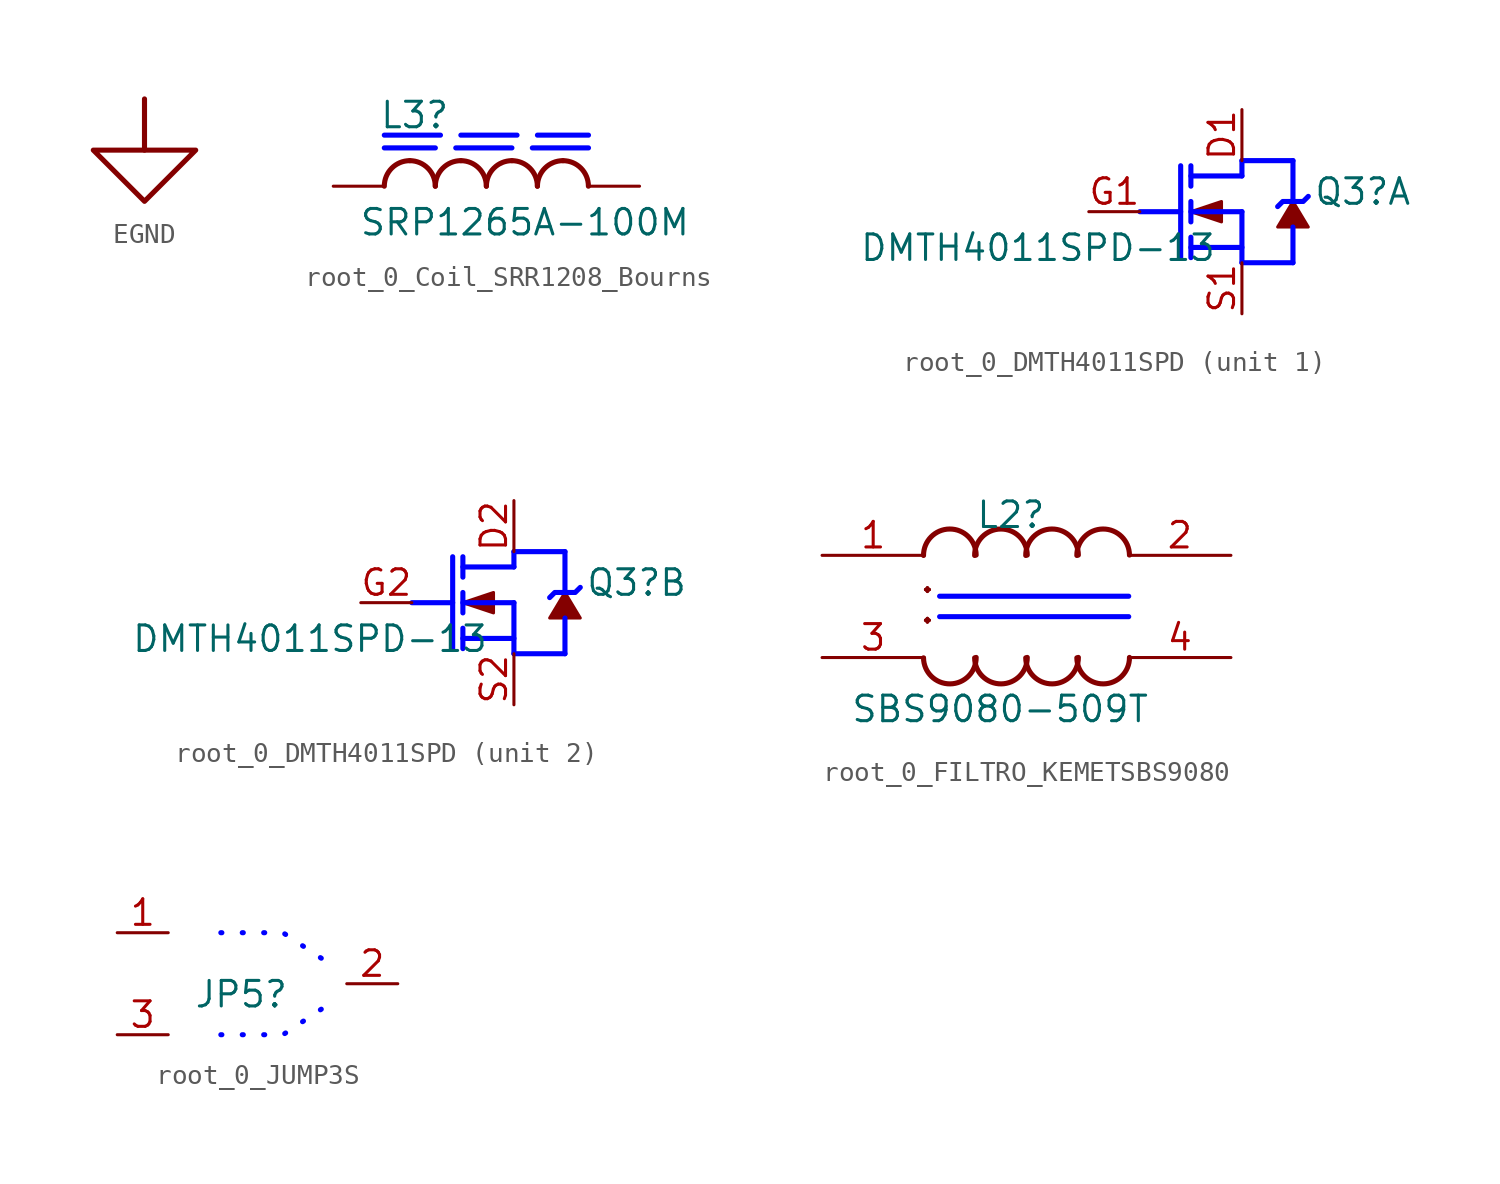
<source format=kicad_sym>
(kicad_symbol_lib
  (version 20220914)
  (generator kicad_symbol_editor)
  (symbol "EGND"
    (power)
    (property "Reference" "#PWR020"
      (at 0 0 0)
      (effects (font (size 1.27 1.27)) hide))
    (symbol "EGND_0_0"
      (polyline (pts (xy 0 0) (xy 0 -2.54)) (stroke (width 0.254) (type solid)) (fill (type none)))
      (polyline (pts (xy -2.54 -2.54) (xy 2.54 -2.54) (xy 0 -5.08) (xy -2.54 -2.54)) (stroke (width 0.254) (type solid)) (fill (type none)))
      (pin power_in line (at 0 0 0) (length 0) hide (name "EGND" (effects (font (size 1.27 1.27)))) (number "" (effects (font (size 1.27 1.27)))))))
  (symbol "root_0_Coil_SRR1208_Bourns"
    (property "Reference" "L3"
      (at -0.254 0.254 0)
      (effects (font (size 1.27 1.27)) (justify left bottom)))
    (property "Value" "SRP1265A-100M"
      (at -1.27 -5.08 0)
      (effects (font (size 1.27 1.27)) (justify left bottom)))
    (symbol "root_0_Coil_SRR1208_Bourns_1_0"
      (polyline (pts (xy 0 0) (xy 10.16 0)) (stroke (width 0.254) (type dash) (color 0 0 255 1)) (fill (type none)))
      (polyline (pts (xy 10.16 -0.635) (xy 0 -0.635)) (stroke (width 0.254) (type dash) (color 0 0 255 1)) (fill (type none)))
      (arc (start 1.27 -1.27) (mid 0.372 -1.642) (end 0 -2.54) (stroke (width 0.254) (type solid)) (fill (type none)))
      (arc (start 2.54 -2.54) (mid 2.168 -1.642) (end 1.27 -1.27) (stroke (width 0.254) (type solid)) (fill (type none)))
      (arc (start 3.81 -1.27) (mid 2.912 -1.642) (end 2.54 -2.54) (stroke (width 0.254) (type solid)) (fill (type none)))
      (arc (start 5.08 -2.54) (mid 4.708 -1.642) (end 3.81 -1.27) (stroke (width 0.254) (type solid)) (fill (type none)))
      (arc (start 6.35 -1.27) (mid 5.452 -1.642) (end 5.08 -2.54) (stroke (width 0.254) (type solid)) (fill (type none)))
      (arc (start 7.62 -2.54) (mid 7.248 -1.642) (end 6.35 -1.27) (stroke (width 0.254) (type solid)) (fill (type none)))
      (arc (start 8.89 -1.27) (mid 7.992 -1.642) (end 7.62 -2.54) (stroke (width 0.254) (type solid)) (fill (type none)))
      (arc (start 10.16 -2.54) (mid 9.788 -1.642) (end 8.89 -1.27) (stroke (width 0.254) (type solid)) (fill (type none)))
      (pin passive line (at -2.54 -2.54 0) (length 2.54) (name "1" (effects (font (size 0 0)))) (number "1" (effects (font (size 0 0)))))
      (pin passive line (at 12.7 -2.54 180) (length 2.54) (name "2" (effects (font (size 0 0)))) (number "2" (effects (font (size 0 0)))))))
  (symbol "root_0_DMTH4011SPD"
    (property "Reference" "Q3"
      (at 8.636 -2.286 0)
      (effects (font (size 1.27 1.27)) (justify left bottom)))
    (property "Value" "DMTH4011SPD-13"
      (at -13.97 -5.08 0)
      (effects (font (size 1.27 1.27)) (justify left bottom)))
    (symbol "root_0_DMTH4011SPD_1_0"
      (polyline (pts (xy 0 -2.54) (xy 2.032 -2.54)) (stroke (width 0.254) (type solid) (color 0 0 255 1)) (fill (type none)))
      (polyline (pts (xy 2.032 -0.254) (xy 2.032 -4.826)) (stroke (width 0.254) (type solid) (color 0 0 255 1)) (fill (type none)))
      (polyline (pts (xy 2.54 -4.826) (xy 2.54 -3.81)) (stroke (width 0.254) (type solid) (color 0 0 255 1)) (fill (type none)))
      (polyline (pts (xy 2.54 -3.048) (xy 2.54 -2.032)) (stroke (width 0.254) (type solid) (color 0 0 255 1)) (fill (type none)))
      (polyline (pts (xy 2.54 -0.254) (xy 2.54 -1.27)) (stroke (width 0.254) (type solid) (color 0 0 255 1)) (fill (type none)))
      (polyline (pts (xy 5.08 -5.08) (xy 7.62 -5.08)) (stroke (width 0.254) (type solid) (color 0 0 255 1)) (fill (type none)))
      (polyline (pts (xy 5.08 -4.318) (xy 2.54 -4.318)) (stroke (width 0.254) (type solid) (color 0 0 255 1)) (fill (type none)))
      (polyline (pts (xy 5.08 -2.54) (xy 2.54 -2.54)) (stroke (width 0.254) (type solid) (color 0 0 255 1)) (fill (type none)))
      (polyline (pts (xy 5.08 -2.54) (xy 5.08 -5.08)) (stroke (width 0.254) (type solid) (color 0 0 255 1)) (fill (type none)))
      (polyline (pts (xy 5.08 -0.762) (xy 2.54 -0.762)) (stroke (width 0.254) (type solid) (color 0 0 255 1)) (fill (type none)))
      (polyline (pts (xy 5.08 -0.762) (xy 5.08 0)) (stroke (width 0.254) (type solid) (color 0 0 255 1)) (fill (type none)))
      (polyline (pts (xy 5.08 0) (xy 7.62 0)) (stroke (width 0.254) (type solid) (color 0 0 255 1)) (fill (type none)))
      (polyline (pts (xy 7.62 -5.08) (xy 7.62 -3.302)) (stroke (width 0.254) (type solid) (color 0 0 255 1)) (fill (type none)))
      (polyline (pts (xy 7.62 0) (xy 7.62 -2.032)) (stroke (width 0.254) (type solid) (color 0 0 255 1)) (fill (type none)))
      (polyline (pts (xy 2.54 -2.54) (xy 4.064 -3.048) (xy 4.064 -2.032) (xy 2.54 -2.54)) (stroke (width 0) (type solid)) (fill (type outline)))
      (polyline (pts (xy 7.62 -2.032) (xy 6.858 -3.302) (xy 8.382 -3.302) (xy 7.62 -2.032)) (stroke (width 0) (type solid)) (fill (type outline)))
      (polyline (pts (xy 8.382 -1.778) (xy 8.128 -2.032) (xy 7.112 -2.032) (xy 6.858 -2.286)) (stroke (width 0.254) (type solid) (color 0 0 255 1)) (fill (type none)))
      (pin passive line (at 5.08 2.54 270) (length 2.54) (name "D1" (effects (font (size 0 0)))) (number "D1" (effects (font (size 1.27 1.27)))))
      (pin passive line (at -2.54 -2.54 0) (length 2.54) (name "G1" (effects (font (size 0 0)))) (number "G1" (effects (font (size 1.27 1.27)))))
      (pin passive line (at 5.08 -7.62 90) (length 2.54) (name "S1" (effects (font (size 0 0)))) (number "S1" (effects (font (size 1.27 1.27))))))
    (symbol "root_0_DMTH4011SPD_2_0"
      (polyline (pts (xy 0 -2.54) (xy 2.032 -2.54)) (stroke (width 0.254) (type solid) (color 0 0 255 1)) (fill (type none)))
      (polyline (pts (xy 2.032 -0.254) (xy 2.032 -4.826)) (stroke (width 0.254) (type solid) (color 0 0 255 1)) (fill (type none)))
      (polyline (pts (xy 2.54 -4.826) (xy 2.54 -3.81)) (stroke (width 0.254) (type solid) (color 0 0 255 1)) (fill (type none)))
      (polyline (pts (xy 2.54 -3.048) (xy 2.54 -2.032)) (stroke (width 0.254) (type solid) (color 0 0 255 1)) (fill (type none)))
      (polyline (pts (xy 2.54 -0.254) (xy 2.54 -1.27)) (stroke (width 0.254) (type solid) (color 0 0 255 1)) (fill (type none)))
      (polyline (pts (xy 5.08 -5.08) (xy 7.62 -5.08)) (stroke (width 0.254) (type solid) (color 0 0 255 1)) (fill (type none)))
      (polyline (pts (xy 5.08 -4.318) (xy 2.54 -4.318)) (stroke (width 0.254) (type solid) (color 0 0 255 1)) (fill (type none)))
      (polyline (pts (xy 5.08 -2.54) (xy 2.54 -2.54)) (stroke (width 0.254) (type solid) (color 0 0 255 1)) (fill (type none)))
      (polyline (pts (xy 5.08 -2.54) (xy 5.08 -5.08)) (stroke (width 0.254) (type solid) (color 0 0 255 1)) (fill (type none)))
      (polyline (pts (xy 5.08 -0.762) (xy 2.54 -0.762)) (stroke (width 0.254) (type solid) (color 0 0 255 1)) (fill (type none)))
      (polyline (pts (xy 5.08 -0.762) (xy 5.08 0)) (stroke (width 0.254) (type solid) (color 0 0 255 1)) (fill (type none)))
      (polyline (pts (xy 5.08 0) (xy 7.62 0)) (stroke (width 0.254) (type solid) (color 0 0 255 1)) (fill (type none)))
      (polyline (pts (xy 7.62 -5.08) (xy 7.62 -3.302)) (stroke (width 0.254) (type solid) (color 0 0 255 1)) (fill (type none)))
      (polyline (pts (xy 7.62 0) (xy 7.62 -2.032)) (stroke (width 0.254) (type solid) (color 0 0 255 1)) (fill (type none)))
      (polyline (pts (xy 2.54 -2.54) (xy 4.064 -3.048) (xy 4.064 -2.032) (xy 2.54 -2.54)) (stroke (width 0) (type solid)) (fill (type outline)))
      (polyline (pts (xy 7.62 -2.032) (xy 6.858 -3.302) (xy 8.382 -3.302) (xy 7.62 -2.032)) (stroke (width 0) (type solid)) (fill (type outline)))
      (polyline (pts (xy 8.382 -1.778) (xy 8.128 -2.032) (xy 7.112 -2.032) (xy 6.858 -2.286)) (stroke (width 0.254) (type solid) (color 0 0 255 1)) (fill (type none)))
      (pin passive line (at 5.08 2.54 270) (length 2.54) (name "D2" (effects (font (size 0 0)))) (number "D2" (effects (font (size 1.27 1.27)))))
      (pin passive line (at -2.54 -2.54 0) (length 2.54) (name "G2" (effects (font (size 0 0)))) (number "G2" (effects (font (size 1.27 1.27)))))
      (pin passive line (at 5.08 -7.62 90) (length 2.54) (name "S2" (effects (font (size 0 0)))) (number "S2" (effects (font (size 1.27 1.27)))))))
  (symbol "root_0_FILTRO_KEMETSBS9080"
    (property "Reference" "L2"
      (at 7.62 1.27 0)
      (effects (font (size 1.27 1.27)) (justify left bottom)))
    (property "Value" "SBS9080-509T"
      (at 1.405 -8.382 0)
      (effects (font (size 1.27 1.27)) (justify left bottom)))
    (symbol "root_0_FILTRO_KEMETSBS9080_1_0"
      (polyline (pts (xy 5.842 -3.048) (xy 15.24 -3.048)) (stroke (width 0.254) (type solid) (color 0 0 255 1)) (fill (type none)))
      (polyline (pts (xy 5.842 -2.032) (xy 15.24 -2.032)) (stroke (width 0.254) (type solid) (color 0 0 255 1)) (fill (type none)))
      (arc (start 5.0421 -5.0955) (mid 6.3606 -6.3879) (end 7.658 -5.0743) (stroke (width 0.254) (type solid)) (fill (type none)))
      (arc (start 7.5821 -5.0955) (mid 8.9006 -6.3879) (end 10.198 -5.0743) (stroke (width 0.254) (type solid)) (fill (type none)))
      (arc (start 7.6579 0.0155) (mid 6.3394 1.3079) (end 5.042 -0.0057) (stroke (width 0.254) (type solid)) (fill (type none)))
      (arc (start 10.1221 -5.0955) (mid 11.4406 -6.3879) (end 12.738 -5.0743) (stroke (width 0.254) (type solid)) (fill (type none)))
      (arc (start 10.1979 0.0155) (mid 8.8794 1.3079) (end 7.582 -0.0057) (stroke (width 0.254) (type solid)) (fill (type none)))
      (arc (start 12.6621 -5.0955) (mid 13.9806 -6.3879) (end 15.278 -5.0743) (stroke (width 0.254) (type solid)) (fill (type none)))
      (arc (start 12.7379 0.0155) (mid 11.4194 1.3079) (end 10.122 -0.0057) (stroke (width 0.254) (type solid)) (fill (type none)))
      (arc (start 15.2779 0.0155) (mid 13.9594 1.3079) (end 12.662 -0.0057) (stroke (width 0.254) (type solid)) (fill (type none)))
      (text "." (at 5.588 -3.81 900) (effects (font (size 2.032 2.032)) (justify left bottom)))
      (text "." (at 5.588 -2.286 900) (effects (font (size 2.032 2.032)) (justify left bottom)))
      (pin passive line (at 0 0 0) (length 5.08) (name "1" (effects (font (size 0 0)))) (number "1" (effects (font (size 1.27 1.27)))))
      (pin passive line (at 20.32 0 180) (length 5.08) (name "2" (effects (font (size 0 0)))) (number "2" (effects (font (size 1.27 1.27)))))
      (pin passive line (at 0 -5.08 0) (length 5.08) (name "3" (effects (font (size 0 0)))) (number "3" (effects (font (size 1.27 1.27)))))
      (pin passive line (at 20.32 -5.08 180) (length 5.08) (name "4" (effects (font (size 0 0)))) (number "4" (effects (font (size 1.27 1.27)))))))
  (symbol "root_0_JUMP3S"
    (property "Reference" "JP5"
      (at 0 -3.81 0)
      (effects (font (size 1.27 1.27)) (justify left bottom)))
    (symbol "root_0_JUMP3S_1_0"
      (polyline (pts (xy 6.35 -3.81) (xy 4.445 -5.08) (xy 1.27 -5.08)) (stroke (width 0.254) (type dot) (color 0 0 255 1)) (fill (type none)))
      (polyline (pts (xy 6.35 -1.27) (xy 4.445 0) (xy 1.27 0)) (stroke (width 0.254) (type dot) (color 0 0 255 1)) (fill (type none)))
      (pin passive line (at -3.81 0 0) (length 2.54) (name "1" (effects (font (size 0 0)))) (number "1" (effects (font (size 1.27 1.27)))))
      (pin passive line (at 10.16 -2.54 180) (length 2.54) (name "2" (effects (font (size 0 0)))) (number "2" (effects (font (size 1.27 1.27)))))
      (pin passive line (at -3.81 -5.08 0) (length 2.54) (name "3" (effects (font (size 0 0)))) (number "3" (effects (font (size 1.27 1.27))))))))
</source>
